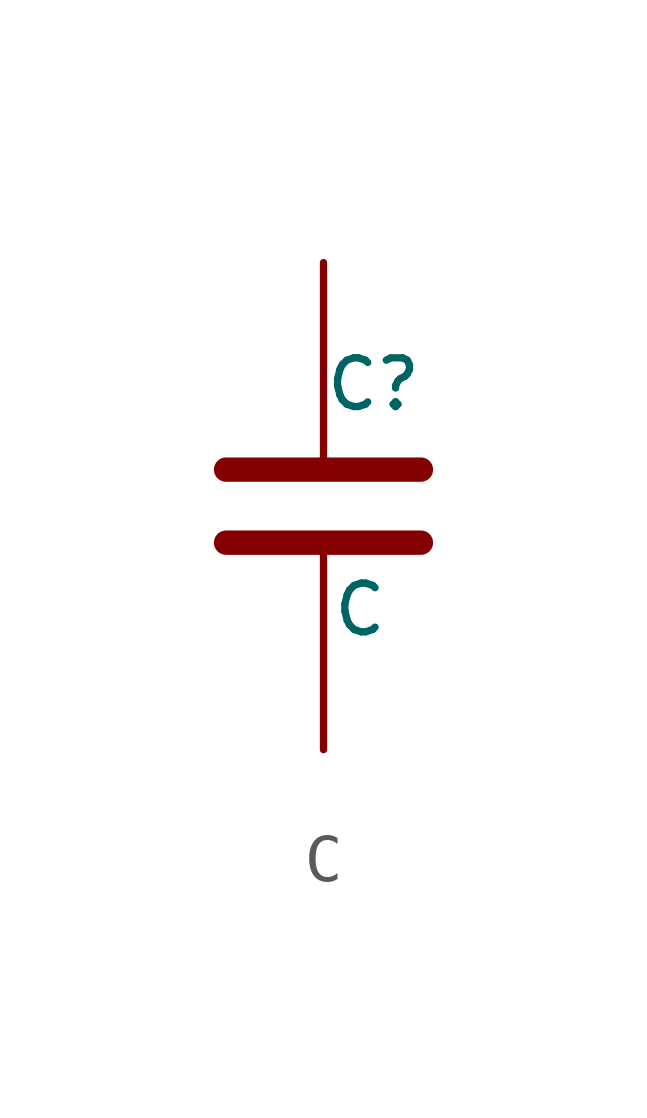
<source format=kicad_sym>
(kicad_symbol_lib
  (version 20211014)
  (generator kicad_symbol_editor)
  (symbol "C"
    (pin_numbers hide)
    (pin_names
      (offset 0.254))
    (property "Reference" "C"
      (at 0 2.54 0)
      (effects (font (size 1.016 1.016)) (justify left)))
    (property "Value" "C"
      (at 0.152 -2.159 0)
      (effects (font (size 1.016 1.016)) (justify left)))
    (property "Footprint" ""
      (at 0.965 -3.81 0)
      (effects (font (size 0.762 0.762))))
    (property "Datasheet" ""
      (at 0 0 0)
      (effects (font (size 1.524 1.524))))
    (symbol "C_0_1"
      (polyline (pts (xy -2.032 -0.762) (xy 2.032 -0.762)) (stroke (width 0.508) (type default) (color 0 0 0 0)) (fill (type none)))
      (polyline (pts (xy -2.032 0.762) (xy 2.032 0.762)) (stroke (width 0.508) (type default) (color 0 0 0 0)) (fill (type none))))
    (symbol "C_1_1"
      (pin passive line (at 0 5.08 270) (length 4.318) (name "~" (effects (font (size 1.016 1.016)))) (number "1" (effects (font (size 1.016 1.016)))))
      (pin passive line (at 0 -5.08 90) (length 4.318) (name "~" (effects (font (size 1.016 1.016)))) (number "2" (effects (font (size 1.016 1.016))))))))
</source>
